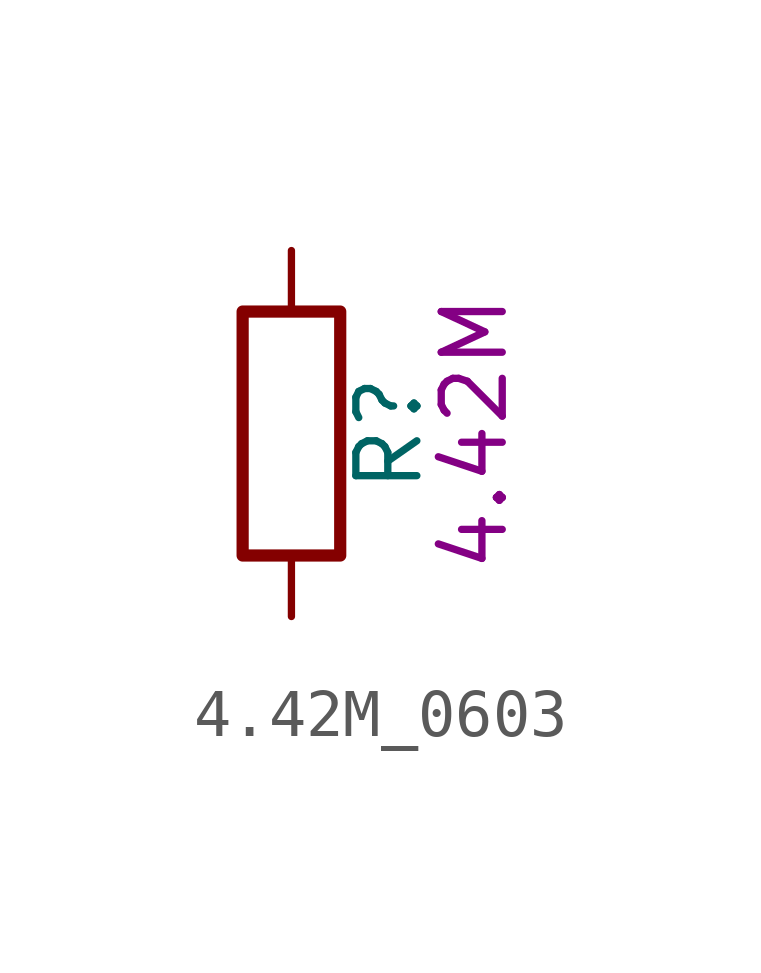
<source format=kicad_sym>
(kicad_symbol_lib
  (version 20211014)
  (generator kicad_symbol_editor)
  (symbol "4.42M_0603"
    (pin_numbers hide)
    (pin_names
      (offset 0))
    (property "Reference" "R"
      (at 2.032 0 90)
      (effects (font (size 1.27 1.27))))
    (property "Display" "4.42M"
      (at 3.81 0 90)
      (effects (font (size 1.27 1.27))))
    (symbol "4.42M_0603_0_1"
      (rectangle (start -1.016 -2.54) (end 1.016 2.54) (stroke (width 0.254) (type default) (color 0 0 0 0)) (fill (type none))))
    (symbol "4.42M_0603_1_1"
      (pin passive line (at 0 3.81 270) (length 1.27) (name "~" (effects (font (size 1.27 1.27)))) (number "1" (effects (font (size 1.27 1.27)))))
      (pin passive line (at 0 -3.81 90) (length 1.27) (name "~" (effects (font (size 1.27 1.27)))) (number "2" (effects (font (size 1.27 1.27))))))))
</source>
